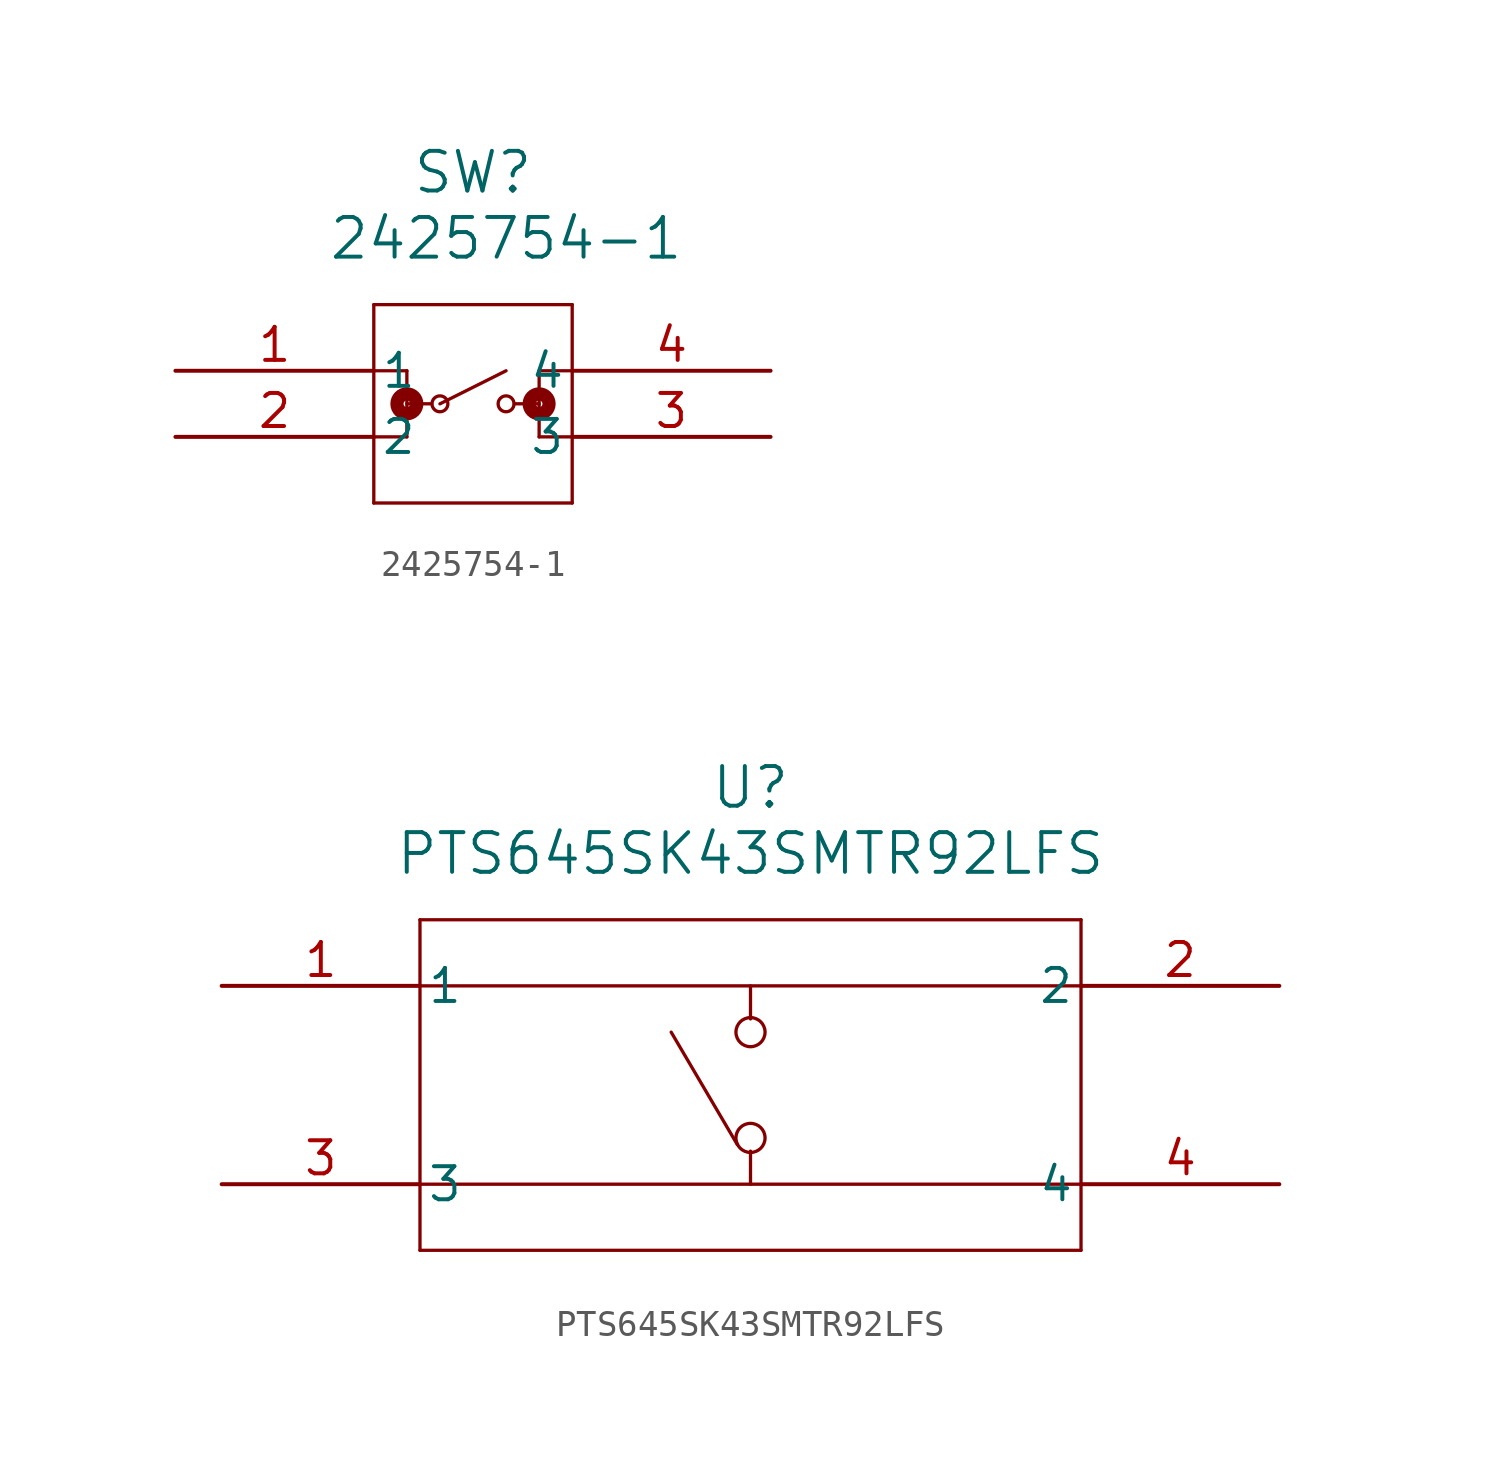
<source format=kicad_sym>
(kicad_symbol_lib
  (version 20241209)
  (generator "kicad_symbol_editor")
  (generator_version "9.0")
  (symbol "2425754-1"
    (pin_names
      (offset 0.254))
    (property "Reference" "SW"
      (at 11.43 7.62 0)
      (effects (font (size 1.524 1.524))))
    (property "Value" "2425754-1"
      (at 12.7 5.08 0)
      (effects (font (size 1.524 1.524))))
    (symbol "2425754-1_0_1"
      (polyline (pts (xy 7.62 2.54) (xy 7.62 -5.08)) (stroke (width 0.127) (type default)) (fill (type none)))
      (polyline (pts (xy 7.62 0) (xy 8.89 0)) (stroke (width 0.127) (type default)) (fill (type none)))
      (polyline (pts (xy 7.62 -5.08) (xy 15.24 -5.08)) (stroke (width 0.127) (type default)) (fill (type none)))
      (polyline (pts (xy 8.89 0) (xy 8.89 -2.54)) (stroke (width 0.127) (type default)) (fill (type none)))
      (polyline (pts (xy 8.89 -1.27) (xy 9.842 -1.27)) (stroke (width 0.127) (type default)) (fill (type none)))
      (circle (center 8.89 -1.27) (radius 0.127) (stroke (width 0.508) (type default)) (fill (type none)))
      (polyline (pts (xy 8.89 -2.54) (xy 7.62 -2.54)) (stroke (width 0.127) (type default)) (fill (type none)))
      (polyline (pts (xy 10.16 -1.27) (xy 12.7 0)) (stroke (width 0.127) (type default)) (fill (type none)))
      (circle (center 10.16 -1.27) (radius 0.305) (stroke (width 0.127) (type default)) (fill (type none)))
      (circle (center 12.7 -1.27) (radius 0.305) (stroke (width 0.127) (type default)) (fill (type none)))
      (polyline (pts (xy 13.018 -1.27) (xy 13.97 -1.27)) (stroke (width 0.127) (type default)) (fill (type none)))
      (polyline (pts (xy 13.97 0) (xy 13.97 -2.54)) (stroke (width 0.127) (type default)) (fill (type none)))
      (polyline (pts (xy 13.97 0) (xy 15.24 0)) (stroke (width 0.127) (type default)) (fill (type none)))
      (circle (center 13.97 -1.27) (radius 0.127) (stroke (width 0.508) (type default)) (fill (type none)))
      (polyline (pts (xy 13.97 -2.54) (xy 15.24 -2.54)) (stroke (width 0.127) (type default)) (fill (type none)))
      (polyline (pts (xy 15.24 2.54) (xy 7.62 2.54)) (stroke (width 0.127) (type default)) (fill (type none)))
      (polyline (pts (xy 15.24 -5.08) (xy 15.24 2.54)) (stroke (width 0.127) (type default)) (fill (type none)))
      (pin unspecified line (at 0 0 0) (length 7.62) (name "1" (effects (font (size 1.27 1.27)))) (number "1" (effects (font (size 1.27 1.27)))))
      (pin unspecified line (at 0 -2.54 0) (length 7.62) (name "2" (effects (font (size 1.27 1.27)))) (number "2" (effects (font (size 1.27 1.27)))))
      (pin unspecified line (at 22.86 0 180) (length 7.62) (name "4" (effects (font (size 1.27 1.27)))) (number "4" (effects (font (size 1.27 1.27)))))
      (pin unspecified line (at 22.86 -2.54 180) (length 7.62) (name "3" (effects (font (size 1.27 1.27)))) (number "3" (effects (font (size 1.27 1.27)))))))
  (symbol "PTS645SK43SMTR92LFS"
    (pin_names
      (offset 0.254))
    (property "Reference" "U"
      (at 20.32 7.62 0)
      (effects (font (size 1.524 1.524))))
    (property "Value" "PTS645SK43SMTR92LFS"
      (at 20.32 5.08 0)
      (effects (font (size 1.524 1.524))))
    (symbol "PTS645SK43SMTR92LFS_0_1"
      (polyline (pts (xy 7.62 2.54) (xy 7.62 -10.16)) (stroke (width 0.127) (type default)) (fill (type none)))
      (polyline (pts (xy 7.62 0) (xy 33.02 0)) (stroke (width 0.127) (type default)) (fill (type none)))
      (polyline (pts (xy 7.62 -7.62) (xy 33.02 -7.62)) (stroke (width 0.127) (type default)) (fill (type none)))
      (polyline (pts (xy 7.62 -10.16) (xy 33.02 -10.16)) (stroke (width 0.127) (type default)) (fill (type none)))
      (polyline (pts (xy 19.812 -6.096) (xy 17.272 -1.778)) (stroke (width 0.127) (type default)) (fill (type none)))
      (polyline (pts (xy 20.32 0) (xy 20.32 -1.27)) (stroke (width 0.127) (type default)) (fill (type none)))
      (circle (center 20.32 -1.778) (radius 0.559) (stroke (width 0.127) (type default)) (fill (type none)))
      (circle (center 20.32 -5.842) (radius 0.559) (stroke (width 0.127) (type default)) (fill (type none)))
      (polyline (pts (xy 20.32 -7.62) (xy 20.32 -6.35)) (stroke (width 0.127) (type default)) (fill (type none)))
      (polyline (pts (xy 33.02 2.54) (xy 7.62 2.54)) (stroke (width 0.127) (type default)) (fill (type none)))
      (polyline (pts (xy 33.02 -10.16) (xy 33.02 2.54)) (stroke (width 0.127) (type default)) (fill (type none)))
      (pin unspecified line (at 0 0 0) (length 7.62) (name "1" (effects (font (size 1.27 1.27)))) (number "1" (effects (font (size 1.27 1.27)))))
      (pin unspecified line (at 0 -7.62 0) (length 7.62) (name "3" (effects (font (size 1.27 1.27)))) (number "3" (effects (font (size 1.27 1.27)))))
      (pin unspecified line (at 40.64 0 180) (length 7.62) (name "2" (effects (font (size 1.27 1.27)))) (number "2" (effects (font (size 1.27 1.27)))))
      (pin unspecified line (at 40.64 -7.62 180) (length 7.62) (name "4" (effects (font (size 1.27 1.27)))) (number "4" (effects (font (size 1.27 1.27))))))))
</source>
